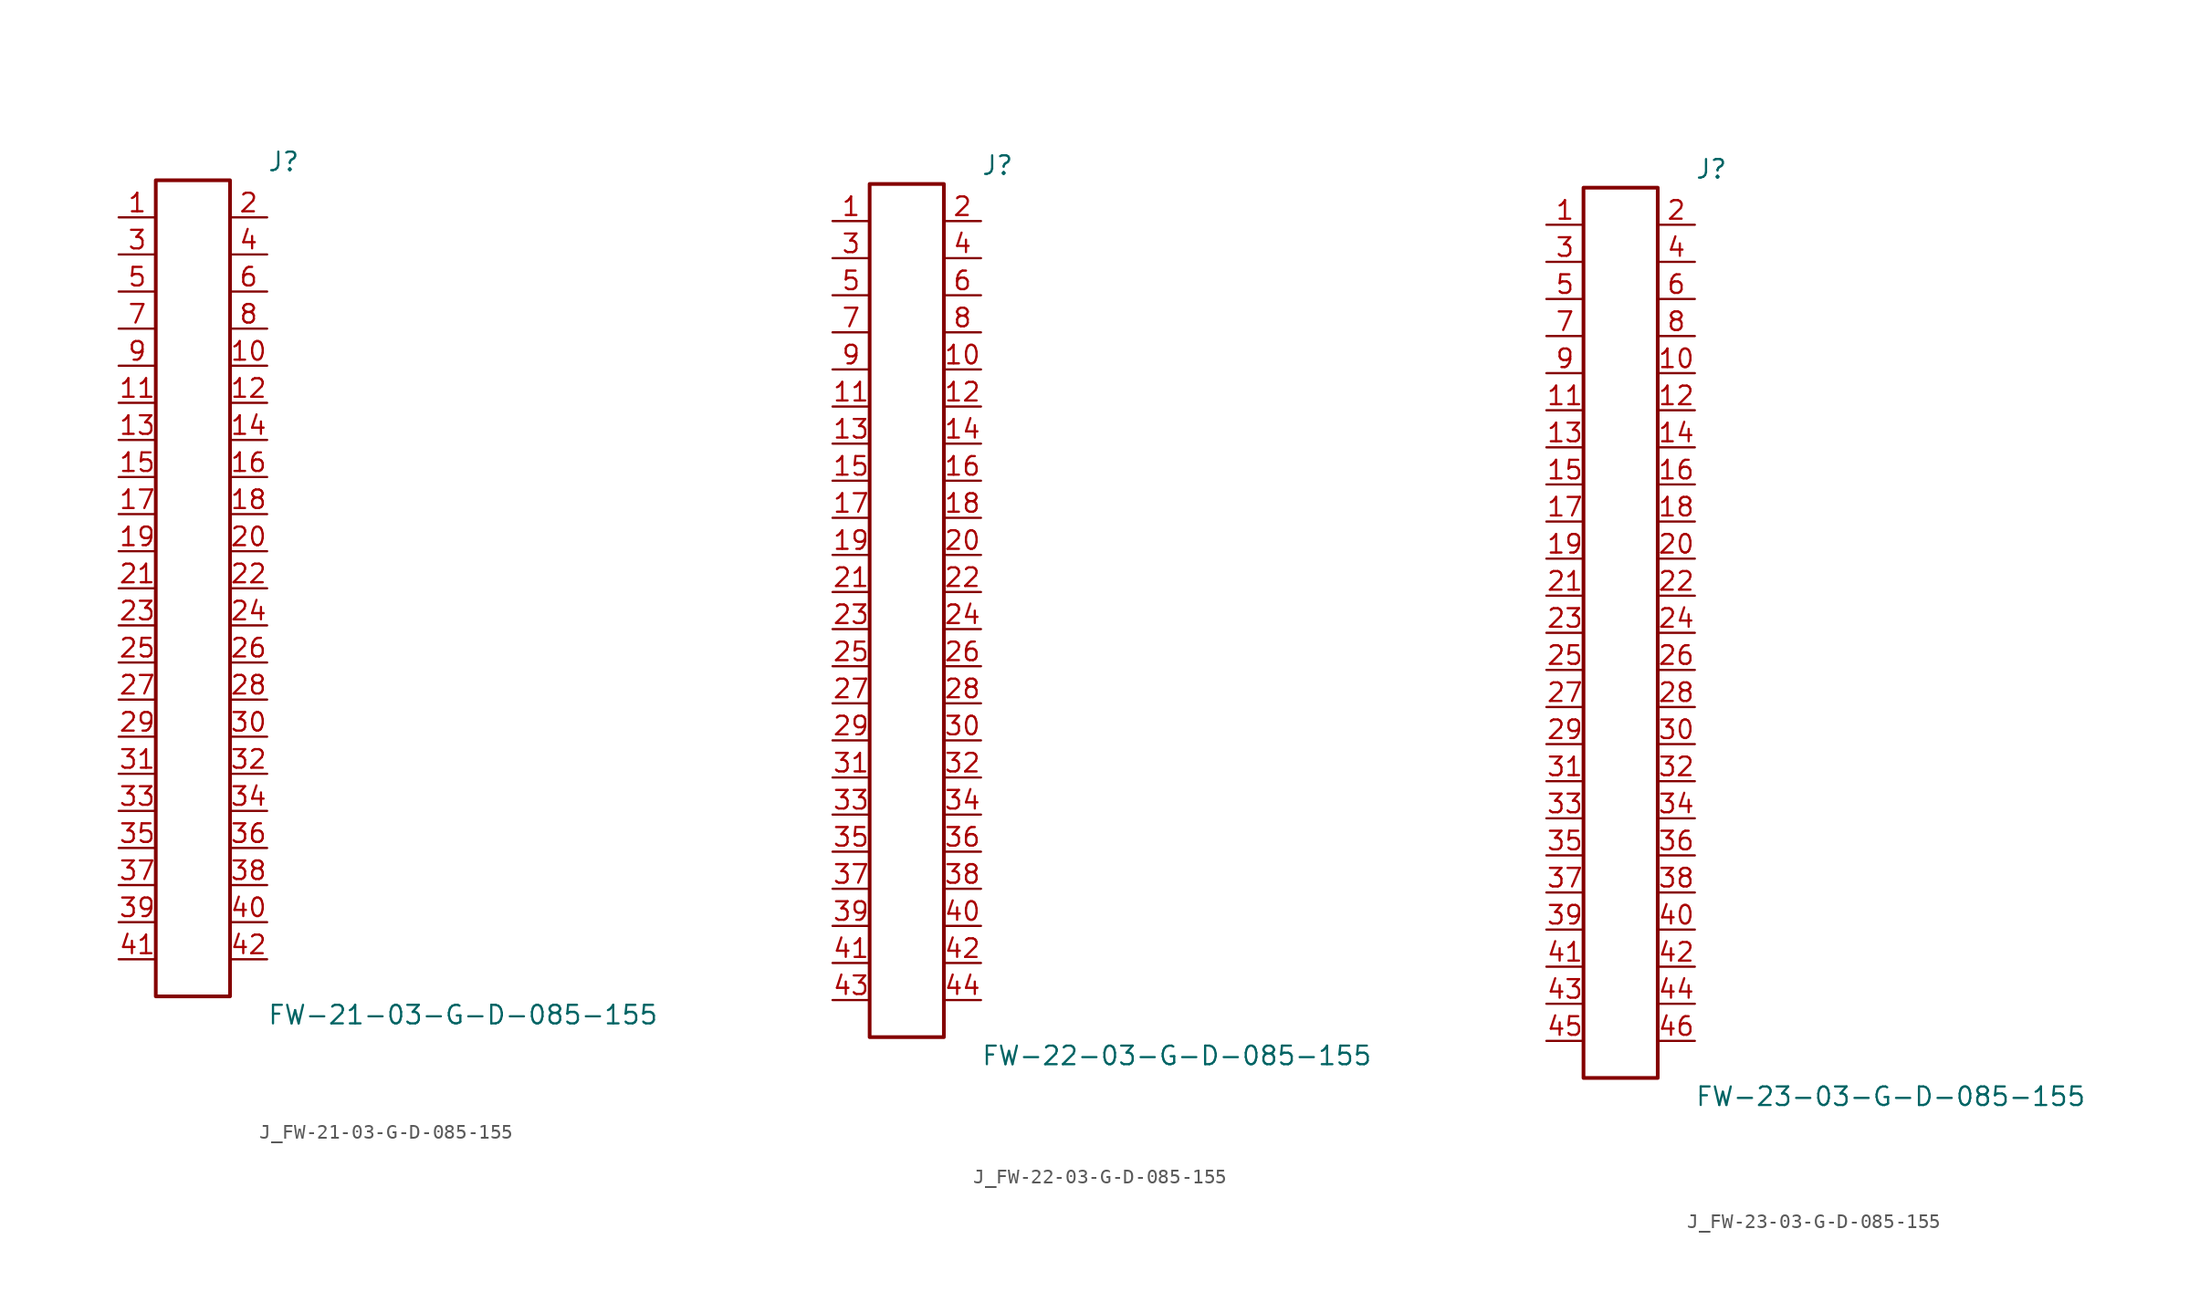
<source format=kicad_sym>
(kicad_symbol_lib
  (version 20231120)
  (generator kicad_symbol_editor)
  (generator_version 8.0)
  (symbol "J_FW-21-03-G-D-085-155"
    (pin_names
      (offset 0.254))
    (property "Reference" "J"
      (at 5.08 29.21 0)
      (effects (font (size 1.27 1.27)) (justify left)))
    (property "Value" "FW-21-03-G-D-085-155"
      (at 5.08 -29.21 0)
      (effects (font (size 1.27 1.27)) (justify left)))
    (symbol "J_FW-21-03-G-D-085-155_0_0"
      (pin unspecified line (at -5.08 25.4 0) (length 2.54) (name "" (effects (font (size 1.27 1.27)))) (number "1" (effects (font (size 1.27 1.27)))))
      (pin unspecified line (at 5.08 25.4 180) (length 2.54) (name "" (effects (font (size 1.27 1.27)))) (number "2" (effects (font (size 1.27 1.27)))))
      (pin unspecified line (at -5.08 22.86 0) (length 2.54) (name "" (effects (font (size 1.27 1.27)))) (number "3" (effects (font (size 1.27 1.27)))))
      (pin unspecified line (at 5.08 22.86 180) (length 2.54) (name "" (effects (font (size 1.27 1.27)))) (number "4" (effects (font (size 1.27 1.27)))))
      (pin unspecified line (at -5.08 20.32 0) (length 2.54) (name "" (effects (font (size 1.27 1.27)))) (number "5" (effects (font (size 1.27 1.27)))))
      (pin unspecified line (at 5.08 20.32 180) (length 2.54) (name "" (effects (font (size 1.27 1.27)))) (number "6" (effects (font (size 1.27 1.27)))))
      (pin unspecified line (at -5.08 17.78 0) (length 2.54) (name "" (effects (font (size 1.27 1.27)))) (number "7" (effects (font (size 1.27 1.27)))))
      (pin unspecified line (at 5.08 17.78 180) (length 2.54) (name "" (effects (font (size 1.27 1.27)))) (number "8" (effects (font (size 1.27 1.27)))))
      (pin unspecified line (at -5.08 15.24 0) (length 2.54) (name "" (effects (font (size 1.27 1.27)))) (number "9" (effects (font (size 1.27 1.27)))))
      (pin unspecified line (at 5.08 15.24 180) (length 2.54) (name "" (effects (font (size 1.27 1.27)))) (number "10" (effects (font (size 1.27 1.27)))))
      (pin unspecified line (at -5.08 12.7 0) (length 2.54) (name "" (effects (font (size 1.27 1.27)))) (number "11" (effects (font (size 1.27 1.27)))))
      (pin unspecified line (at 5.08 12.7 180) (length 2.54) (name "" (effects (font (size 1.27 1.27)))) (number "12" (effects (font (size 1.27 1.27)))))
      (pin unspecified line (at -5.08 10.16 0) (length 2.54) (name "" (effects (font (size 1.27 1.27)))) (number "13" (effects (font (size 1.27 1.27)))))
      (pin unspecified line (at 5.08 10.16 180) (length 2.54) (name "" (effects (font (size 1.27 1.27)))) (number "14" (effects (font (size 1.27 1.27)))))
      (pin unspecified line (at -5.08 7.62 0) (length 2.54) (name "" (effects (font (size 1.27 1.27)))) (number "15" (effects (font (size 1.27 1.27)))))
      (pin unspecified line (at 5.08 7.62 180) (length 2.54) (name "" (effects (font (size 1.27 1.27)))) (number "16" (effects (font (size 1.27 1.27)))))
      (pin unspecified line (at -5.08 5.08 0) (length 2.54) (name "" (effects (font (size 1.27 1.27)))) (number "17" (effects (font (size 1.27 1.27)))))
      (pin unspecified line (at 5.08 5.08 180) (length 2.54) (name "" (effects (font (size 1.27 1.27)))) (number "18" (effects (font (size 1.27 1.27)))))
      (pin unspecified line (at -5.08 2.54 0) (length 2.54) (name "" (effects (font (size 1.27 1.27)))) (number "19" (effects (font (size 1.27 1.27)))))
      (pin unspecified line (at 5.08 2.54 180) (length 2.54) (name "" (effects (font (size 1.27 1.27)))) (number "20" (effects (font (size 1.27 1.27)))))
      (pin unspecified line (at -5.08 0.0 0) (length 2.54) (name "" (effects (font (size 1.27 1.27)))) (number "21" (effects (font (size 1.27 1.27)))))
      (pin unspecified line (at 5.08 0.0 180) (length 2.54) (name "" (effects (font (size 1.27 1.27)))) (number "22" (effects (font (size 1.27 1.27)))))
      (pin unspecified line (at -5.08 -2.54 0) (length 2.54) (name "" (effects (font (size 1.27 1.27)))) (number "23" (effects (font (size 1.27 1.27)))))
      (pin unspecified line (at 5.08 -2.54 180) (length 2.54) (name "" (effects (font (size 1.27 1.27)))) (number "24" (effects (font (size 1.27 1.27)))))
      (pin unspecified line (at -5.08 -5.08 0) (length 2.54) (name "" (effects (font (size 1.27 1.27)))) (number "25" (effects (font (size 1.27 1.27)))))
      (pin unspecified line (at 5.08 -5.08 180) (length 2.54) (name "" (effects (font (size 1.27 1.27)))) (number "26" (effects (font (size 1.27 1.27)))))
      (pin unspecified line (at -5.08 -7.62 0) (length 2.54) (name "" (effects (font (size 1.27 1.27)))) (number "27" (effects (font (size 1.27 1.27)))))
      (pin unspecified line (at 5.08 -7.62 180) (length 2.54) (name "" (effects (font (size 1.27 1.27)))) (number "28" (effects (font (size 1.27 1.27)))))
      (pin unspecified line (at -5.08 -10.16 0) (length 2.54) (name "" (effects (font (size 1.27 1.27)))) (number "29" (effects (font (size 1.27 1.27)))))
      (pin unspecified line (at 5.08 -10.16 180) (length 2.54) (name "" (effects (font (size 1.27 1.27)))) (number "30" (effects (font (size 1.27 1.27)))))
      (pin unspecified line (at -5.08 -12.7 0) (length 2.54) (name "" (effects (font (size 1.27 1.27)))) (number "31" (effects (font (size 1.27 1.27)))))
      (pin unspecified line (at 5.08 -12.7 180) (length 2.54) (name "" (effects (font (size 1.27 1.27)))) (number "32" (effects (font (size 1.27 1.27)))))
      (pin unspecified line (at -5.08 -15.24 0) (length 2.54) (name "" (effects (font (size 1.27 1.27)))) (number "33" (effects (font (size 1.27 1.27)))))
      (pin unspecified line (at 5.08 -15.24 180) (length 2.54) (name "" (effects (font (size 1.27 1.27)))) (number "34" (effects (font (size 1.27 1.27)))))
      (pin unspecified line (at -5.08 -17.78 0) (length 2.54) (name "" (effects (font (size 1.27 1.27)))) (number "35" (effects (font (size 1.27 1.27)))))
      (pin unspecified line (at 5.08 -17.78 180) (length 2.54) (name "" (effects (font (size 1.27 1.27)))) (number "36" (effects (font (size 1.27 1.27)))))
      (pin unspecified line (at -5.08 -20.32 0) (length 2.54) (name "" (effects (font (size 1.27 1.27)))) (number "37" (effects (font (size 1.27 1.27)))))
      (pin unspecified line (at 5.08 -20.32 180) (length 2.54) (name "" (effects (font (size 1.27 1.27)))) (number "38" (effects (font (size 1.27 1.27)))))
      (pin unspecified line (at -5.08 -22.86 0) (length 2.54) (name "" (effects (font (size 1.27 1.27)))) (number "39" (effects (font (size 1.27 1.27)))))
      (pin unspecified line (at 5.08 -22.86 180) (length 2.54) (name "" (effects (font (size 1.27 1.27)))) (number "40" (effects (font (size 1.27 1.27)))))
      (pin unspecified line (at -5.08 -25.4 0) (length 2.54) (name "" (effects (font (size 1.27 1.27)))) (number "41" (effects (font (size 1.27 1.27)))))
      (pin unspecified line (at 5.08 -25.4 180) (length 2.54) (name "" (effects (font (size 1.27 1.27)))) (number "42" (effects (font (size 1.27 1.27))))))
    (symbol "J_FW-21-03-G-D-085-155_1_0"
      (rectangle (start -2.54 27.94) (end 2.54 -27.94) (stroke (width 0.254) (type solid)) (fill (type none)))))
  (symbol "J_FW-22-03-G-D-085-155"
    (pin_names
      (offset 0.254))
    (property "Reference" "J"
      (at 5.08 30.48 0)
      (effects (font (size 1.27 1.27)) (justify left)))
    (property "Value" "FW-22-03-G-D-085-155"
      (at 5.08 -30.48 0)
      (effects (font (size 1.27 1.27)) (justify left)))
    (symbol "J_FW-22-03-G-D-085-155_0_0"
      (pin unspecified line (at -5.08 26.67 0) (length 2.54) (name "" (effects (font (size 1.27 1.27)))) (number "1" (effects (font (size 1.27 1.27)))))
      (pin unspecified line (at 5.08 26.67 180) (length 2.54) (name "" (effects (font (size 1.27 1.27)))) (number "2" (effects (font (size 1.27 1.27)))))
      (pin unspecified line (at -5.08 24.13 0) (length 2.54) (name "" (effects (font (size 1.27 1.27)))) (number "3" (effects (font (size 1.27 1.27)))))
      (pin unspecified line (at 5.08 24.13 180) (length 2.54) (name "" (effects (font (size 1.27 1.27)))) (number "4" (effects (font (size 1.27 1.27)))))
      (pin unspecified line (at -5.08 21.59 0) (length 2.54) (name "" (effects (font (size 1.27 1.27)))) (number "5" (effects (font (size 1.27 1.27)))))
      (pin unspecified line (at 5.08 21.59 180) (length 2.54) (name "" (effects (font (size 1.27 1.27)))) (number "6" (effects (font (size 1.27 1.27)))))
      (pin unspecified line (at -5.08 19.05 0) (length 2.54) (name "" (effects (font (size 1.27 1.27)))) (number "7" (effects (font (size 1.27 1.27)))))
      (pin unspecified line (at 5.08 19.05 180) (length 2.54) (name "" (effects (font (size 1.27 1.27)))) (number "8" (effects (font (size 1.27 1.27)))))
      (pin unspecified line (at -5.08 16.51 0) (length 2.54) (name "" (effects (font (size 1.27 1.27)))) (number "9" (effects (font (size 1.27 1.27)))))
      (pin unspecified line (at 5.08 16.51 180) (length 2.54) (name "" (effects (font (size 1.27 1.27)))) (number "10" (effects (font (size 1.27 1.27)))))
      (pin unspecified line (at -5.08 13.97 0) (length 2.54) (name "" (effects (font (size 1.27 1.27)))) (number "11" (effects (font (size 1.27 1.27)))))
      (pin unspecified line (at 5.08 13.97 180) (length 2.54) (name "" (effects (font (size 1.27 1.27)))) (number "12" (effects (font (size 1.27 1.27)))))
      (pin unspecified line (at -5.08 11.43 0) (length 2.54) (name "" (effects (font (size 1.27 1.27)))) (number "13" (effects (font (size 1.27 1.27)))))
      (pin unspecified line (at 5.08 11.43 180) (length 2.54) (name "" (effects (font (size 1.27 1.27)))) (number "14" (effects (font (size 1.27 1.27)))))
      (pin unspecified line (at -5.08 8.89 0) (length 2.54) (name "" (effects (font (size 1.27 1.27)))) (number "15" (effects (font (size 1.27 1.27)))))
      (pin unspecified line (at 5.08 8.89 180) (length 2.54) (name "" (effects (font (size 1.27 1.27)))) (number "16" (effects (font (size 1.27 1.27)))))
      (pin unspecified line (at -5.08 6.35 0) (length 2.54) (name "" (effects (font (size 1.27 1.27)))) (number "17" (effects (font (size 1.27 1.27)))))
      (pin unspecified line (at 5.08 6.35 180) (length 2.54) (name "" (effects (font (size 1.27 1.27)))) (number "18" (effects (font (size 1.27 1.27)))))
      (pin unspecified line (at -5.08 3.81 0) (length 2.54) (name "" (effects (font (size 1.27 1.27)))) (number "19" (effects (font (size 1.27 1.27)))))
      (pin unspecified line (at 5.08 3.81 180) (length 2.54) (name "" (effects (font (size 1.27 1.27)))) (number "20" (effects (font (size 1.27 1.27)))))
      (pin unspecified line (at -5.08 1.27 0) (length 2.54) (name "" (effects (font (size 1.27 1.27)))) (number "21" (effects (font (size 1.27 1.27)))))
      (pin unspecified line (at 5.08 1.27 180) (length 2.54) (name "" (effects (font (size 1.27 1.27)))) (number "22" (effects (font (size 1.27 1.27)))))
      (pin unspecified line (at -5.08 -1.27 0) (length 2.54) (name "" (effects (font (size 1.27 1.27)))) (number "23" (effects (font (size 1.27 1.27)))))
      (pin unspecified line (at 5.08 -1.27 180) (length 2.54) (name "" (effects (font (size 1.27 1.27)))) (number "24" (effects (font (size 1.27 1.27)))))
      (pin unspecified line (at -5.08 -3.81 0) (length 2.54) (name "" (effects (font (size 1.27 1.27)))) (number "25" (effects (font (size 1.27 1.27)))))
      (pin unspecified line (at 5.08 -3.81 180) (length 2.54) (name "" (effects (font (size 1.27 1.27)))) (number "26" (effects (font (size 1.27 1.27)))))
      (pin unspecified line (at -5.08 -6.35 0) (length 2.54) (name "" (effects (font (size 1.27 1.27)))) (number "27" (effects (font (size 1.27 1.27)))))
      (pin unspecified line (at 5.08 -6.35 180) (length 2.54) (name "" (effects (font (size 1.27 1.27)))) (number "28" (effects (font (size 1.27 1.27)))))
      (pin unspecified line (at -5.08 -8.89 0) (length 2.54) (name "" (effects (font (size 1.27 1.27)))) (number "29" (effects (font (size 1.27 1.27)))))
      (pin unspecified line (at 5.08 -8.89 180) (length 2.54) (name "" (effects (font (size 1.27 1.27)))) (number "30" (effects (font (size 1.27 1.27)))))
      (pin unspecified line (at -5.08 -11.43 0) (length 2.54) (name "" (effects (font (size 1.27 1.27)))) (number "31" (effects (font (size 1.27 1.27)))))
      (pin unspecified line (at 5.08 -11.43 180) (length 2.54) (name "" (effects (font (size 1.27 1.27)))) (number "32" (effects (font (size 1.27 1.27)))))
      (pin unspecified line (at -5.08 -13.97 0) (length 2.54) (name "" (effects (font (size 1.27 1.27)))) (number "33" (effects (font (size 1.27 1.27)))))
      (pin unspecified line (at 5.08 -13.97 180) (length 2.54) (name "" (effects (font (size 1.27 1.27)))) (number "34" (effects (font (size 1.27 1.27)))))
      (pin unspecified line (at -5.08 -16.51 0) (length 2.54) (name "" (effects (font (size 1.27 1.27)))) (number "35" (effects (font (size 1.27 1.27)))))
      (pin unspecified line (at 5.08 -16.51 180) (length 2.54) (name "" (effects (font (size 1.27 1.27)))) (number "36" (effects (font (size 1.27 1.27)))))
      (pin unspecified line (at -5.08 -19.05 0) (length 2.54) (name "" (effects (font (size 1.27 1.27)))) (number "37" (effects (font (size 1.27 1.27)))))
      (pin unspecified line (at 5.08 -19.05 180) (length 2.54) (name "" (effects (font (size 1.27 1.27)))) (number "38" (effects (font (size 1.27 1.27)))))
      (pin unspecified line (at -5.08 -21.59 0) (length 2.54) (name "" (effects (font (size 1.27 1.27)))) (number "39" (effects (font (size 1.27 1.27)))))
      (pin unspecified line (at 5.08 -21.59 180) (length 2.54) (name "" (effects (font (size 1.27 1.27)))) (number "40" (effects (font (size 1.27 1.27)))))
      (pin unspecified line (at -5.08 -24.13 0) (length 2.54) (name "" (effects (font (size 1.27 1.27)))) (number "41" (effects (font (size 1.27 1.27)))))
      (pin unspecified line (at 5.08 -24.13 180) (length 2.54) (name "" (effects (font (size 1.27 1.27)))) (number "42" (effects (font (size 1.27 1.27)))))
      (pin unspecified line (at -5.08 -26.67 0) (length 2.54) (name "" (effects (font (size 1.27 1.27)))) (number "43" (effects (font (size 1.27 1.27)))))
      (pin unspecified line (at 5.08 -26.67 180) (length 2.54) (name "" (effects (font (size 1.27 1.27)))) (number "44" (effects (font (size 1.27 1.27))))))
    (symbol "J_FW-22-03-G-D-085-155_1_0"
      (rectangle (start -2.54 29.21) (end 2.54 -29.21) (stroke (width 0.254) (type solid)) (fill (type none)))))
  (symbol "J_FW-23-03-G-D-085-155"
    (pin_names
      (offset 0.254))
    (property "Reference" "J"
      (at 5.08 31.75 0)
      (effects (font (size 1.27 1.27)) (justify left)))
    (property "Value" "FW-23-03-G-D-085-155"
      (at 5.08 -31.75 0)
      (effects (font (size 1.27 1.27)) (justify left)))
    (symbol "J_FW-23-03-G-D-085-155_0_0"
      (pin unspecified line (at -5.08 27.94 0) (length 2.54) (name "" (effects (font (size 1.27 1.27)))) (number "1" (effects (font (size 1.27 1.27)))))
      (pin unspecified line (at 5.08 27.94 180) (length 2.54) (name "" (effects (font (size 1.27 1.27)))) (number "2" (effects (font (size 1.27 1.27)))))
      (pin unspecified line (at -5.08 25.4 0) (length 2.54) (name "" (effects (font (size 1.27 1.27)))) (number "3" (effects (font (size 1.27 1.27)))))
      (pin unspecified line (at 5.08 25.4 180) (length 2.54) (name "" (effects (font (size 1.27 1.27)))) (number "4" (effects (font (size 1.27 1.27)))))
      (pin unspecified line (at -5.08 22.86 0) (length 2.54) (name "" (effects (font (size 1.27 1.27)))) (number "5" (effects (font (size 1.27 1.27)))))
      (pin unspecified line (at 5.08 22.86 180) (length 2.54) (name "" (effects (font (size 1.27 1.27)))) (number "6" (effects (font (size 1.27 1.27)))))
      (pin unspecified line (at -5.08 20.32 0) (length 2.54) (name "" (effects (font (size 1.27 1.27)))) (number "7" (effects (font (size 1.27 1.27)))))
      (pin unspecified line (at 5.08 20.32 180) (length 2.54) (name "" (effects (font (size 1.27 1.27)))) (number "8" (effects (font (size 1.27 1.27)))))
      (pin unspecified line (at -5.08 17.78 0) (length 2.54) (name "" (effects (font (size 1.27 1.27)))) (number "9" (effects (font (size 1.27 1.27)))))
      (pin unspecified line (at 5.08 17.78 180) (length 2.54) (name "" (effects (font (size 1.27 1.27)))) (number "10" (effects (font (size 1.27 1.27)))))
      (pin unspecified line (at -5.08 15.24 0) (length 2.54) (name "" (effects (font (size 1.27 1.27)))) (number "11" (effects (font (size 1.27 1.27)))))
      (pin unspecified line (at 5.08 15.24 180) (length 2.54) (name "" (effects (font (size 1.27 1.27)))) (number "12" (effects (font (size 1.27 1.27)))))
      (pin unspecified line (at -5.08 12.7 0) (length 2.54) (name "" (effects (font (size 1.27 1.27)))) (number "13" (effects (font (size 1.27 1.27)))))
      (pin unspecified line (at 5.08 12.7 180) (length 2.54) (name "" (effects (font (size 1.27 1.27)))) (number "14" (effects (font (size 1.27 1.27)))))
      (pin unspecified line (at -5.08 10.16 0) (length 2.54) (name "" (effects (font (size 1.27 1.27)))) (number "15" (effects (font (size 1.27 1.27)))))
      (pin unspecified line (at 5.08 10.16 180) (length 2.54) (name "" (effects (font (size 1.27 1.27)))) (number "16" (effects (font (size 1.27 1.27)))))
      (pin unspecified line (at -5.08 7.62 0) (length 2.54) (name "" (effects (font (size 1.27 1.27)))) (number "17" (effects (font (size 1.27 1.27)))))
      (pin unspecified line (at 5.08 7.62 180) (length 2.54) (name "" (effects (font (size 1.27 1.27)))) (number "18" (effects (font (size 1.27 1.27)))))
      (pin unspecified line (at -5.08 5.08 0) (length 2.54) (name "" (effects (font (size 1.27 1.27)))) (number "19" (effects (font (size 1.27 1.27)))))
      (pin unspecified line (at 5.08 5.08 180) (length 2.54) (name "" (effects (font (size 1.27 1.27)))) (number "20" (effects (font (size 1.27 1.27)))))
      (pin unspecified line (at -5.08 2.54 0) (length 2.54) (name "" (effects (font (size 1.27 1.27)))) (number "21" (effects (font (size 1.27 1.27)))))
      (pin unspecified line (at 5.08 2.54 180) (length 2.54) (name "" (effects (font (size 1.27 1.27)))) (number "22" (effects (font (size 1.27 1.27)))))
      (pin unspecified line (at -5.08 0.0 0) (length 2.54) (name "" (effects (font (size 1.27 1.27)))) (number "23" (effects (font (size 1.27 1.27)))))
      (pin unspecified line (at 5.08 0.0 180) (length 2.54) (name "" (effects (font (size 1.27 1.27)))) (number "24" (effects (font (size 1.27 1.27)))))
      (pin unspecified line (at -5.08 -2.54 0) (length 2.54) (name "" (effects (font (size 1.27 1.27)))) (number "25" (effects (font (size 1.27 1.27)))))
      (pin unspecified line (at 5.08 -2.54 180) (length 2.54) (name "" (effects (font (size 1.27 1.27)))) (number "26" (effects (font (size 1.27 1.27)))))
      (pin unspecified line (at -5.08 -5.08 0) (length 2.54) (name "" (effects (font (size 1.27 1.27)))) (number "27" (effects (font (size 1.27 1.27)))))
      (pin unspecified line (at 5.08 -5.08 180) (length 2.54) (name "" (effects (font (size 1.27 1.27)))) (number "28" (effects (font (size 1.27 1.27)))))
      (pin unspecified line (at -5.08 -7.62 0) (length 2.54) (name "" (effects (font (size 1.27 1.27)))) (number "29" (effects (font (size 1.27 1.27)))))
      (pin unspecified line (at 5.08 -7.62 180) (length 2.54) (name "" (effects (font (size 1.27 1.27)))) (number "30" (effects (font (size 1.27 1.27)))))
      (pin unspecified line (at -5.08 -10.16 0) (length 2.54) (name "" (effects (font (size 1.27 1.27)))) (number "31" (effects (font (size 1.27 1.27)))))
      (pin unspecified line (at 5.08 -10.16 180) (length 2.54) (name "" (effects (font (size 1.27 1.27)))) (number "32" (effects (font (size 1.27 1.27)))))
      (pin unspecified line (at -5.08 -12.7 0) (length 2.54) (name "" (effects (font (size 1.27 1.27)))) (number "33" (effects (font (size 1.27 1.27)))))
      (pin unspecified line (at 5.08 -12.7 180) (length 2.54) (name "" (effects (font (size 1.27 1.27)))) (number "34" (effects (font (size 1.27 1.27)))))
      (pin unspecified line (at -5.08 -15.24 0) (length 2.54) (name "" (effects (font (size 1.27 1.27)))) (number "35" (effects (font (size 1.27 1.27)))))
      (pin unspecified line (at 5.08 -15.24 180) (length 2.54) (name "" (effects (font (size 1.27 1.27)))) (number "36" (effects (font (size 1.27 1.27)))))
      (pin unspecified line (at -5.08 -17.78 0) (length 2.54) (name "" (effects (font (size 1.27 1.27)))) (number "37" (effects (font (size 1.27 1.27)))))
      (pin unspecified line (at 5.08 -17.78 180) (length 2.54) (name "" (effects (font (size 1.27 1.27)))) (number "38" (effects (font (size 1.27 1.27)))))
      (pin unspecified line (at -5.08 -20.32 0) (length 2.54) (name "" (effects (font (size 1.27 1.27)))) (number "39" (effects (font (size 1.27 1.27)))))
      (pin unspecified line (at 5.08 -20.32 180) (length 2.54) (name "" (effects (font (size 1.27 1.27)))) (number "40" (effects (font (size 1.27 1.27)))))
      (pin unspecified line (at -5.08 -22.86 0) (length 2.54) (name "" (effects (font (size 1.27 1.27)))) (number "41" (effects (font (size 1.27 1.27)))))
      (pin unspecified line (at 5.08 -22.86 180) (length 2.54) (name "" (effects (font (size 1.27 1.27)))) (number "42" (effects (font (size 1.27 1.27)))))
      (pin unspecified line (at -5.08 -25.4 0) (length 2.54) (name "" (effects (font (size 1.27 1.27)))) (number "43" (effects (font (size 1.27 1.27)))))
      (pin unspecified line (at 5.08 -25.4 180) (length 2.54) (name "" (effects (font (size 1.27 1.27)))) (number "44" (effects (font (size 1.27 1.27)))))
      (pin unspecified line (at -5.08 -27.94 0) (length 2.54) (name "" (effects (font (size 1.27 1.27)))) (number "45" (effects (font (size 1.27 1.27)))))
      (pin unspecified line (at 5.08 -27.94 180) (length 2.54) (name "" (effects (font (size 1.27 1.27)))) (number "46" (effects (font (size 1.27 1.27))))))
    (symbol "J_FW-23-03-G-D-085-155_1_0"
      (rectangle (start -2.54 30.48) (end 2.54 -30.48) (stroke (width 0.254) (type solid)) (fill (type none))))))
</source>
